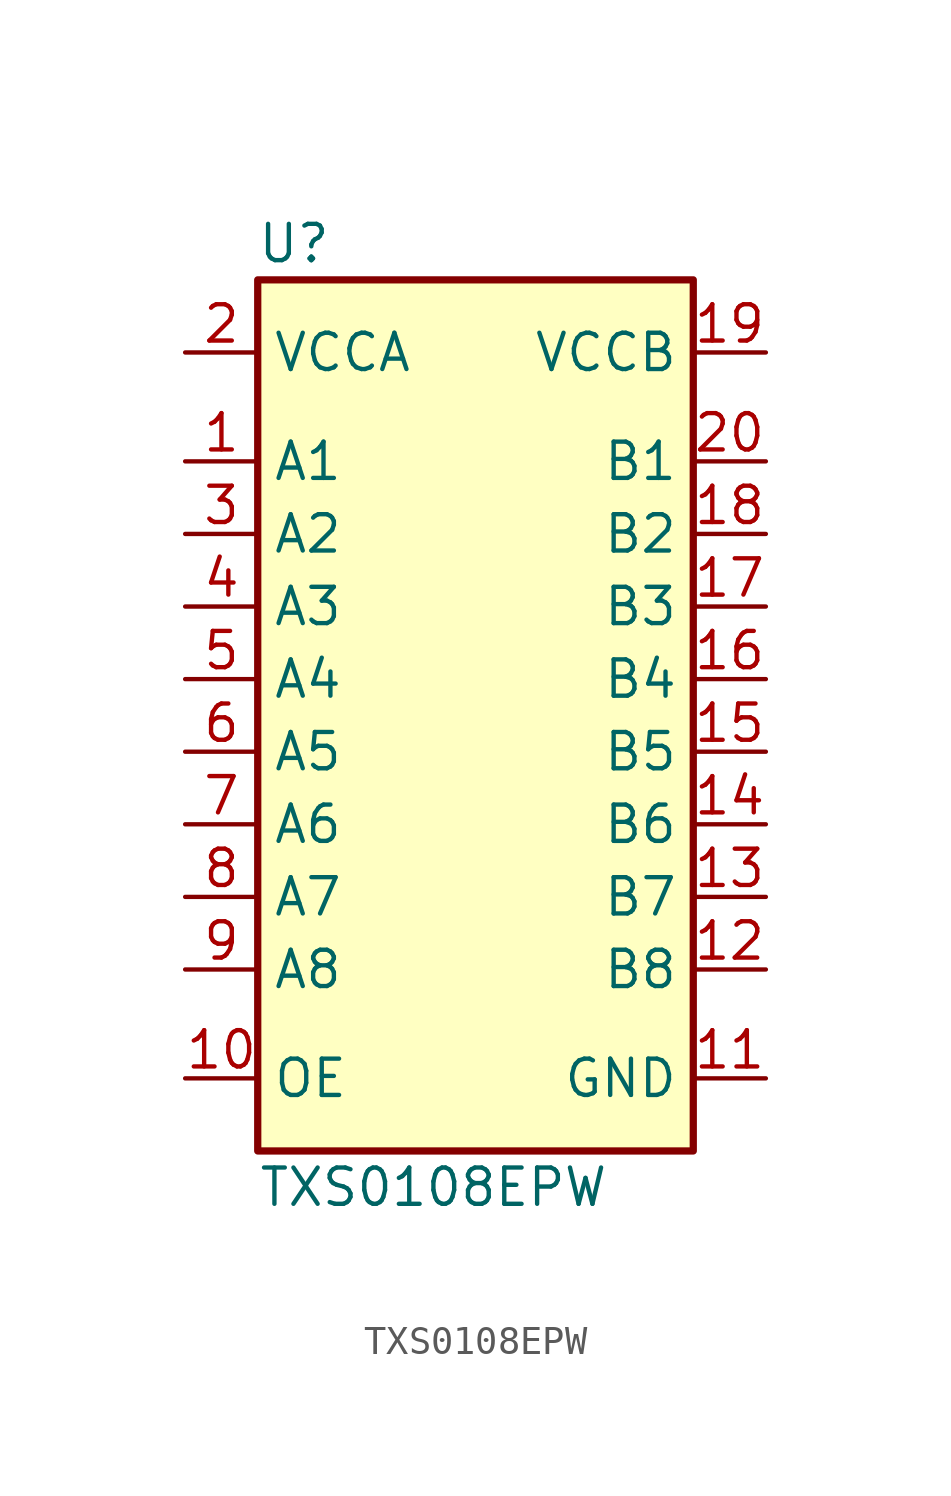
<source format=kicad_sym>
(kicad_symbol_lib
  (version 20220914)
  (generator kicad_symbol_editor)
  (symbol "TXS0108EPW"
    (property "Reference" "U"
      (at -6.35 16.51 0)
      (effects (font (size 1.27 1.27))))
    (property "Value" "TXS0108EPW"
      (at -7.62 -16.51 0)
      (effects (font (size 1.27 1.27)) (justify left)))
    (symbol "TXS0108EPW_0_1"
      (rectangle (start -7.62 15.24) (end 7.62 -15.24) (stroke (width 0.254) (type default)) (fill (type background))))
    (symbol "TXS0108EPW_1_1"
      (pin bidirectional line (at -10.16 8.89 0) (length 2.54) (name "A1" (effects (font (size 1.27 1.27)))) (number "1" (effects (font (size 1.27 1.27)))))
      (pin input line (at -10.16 -12.7 0) (length 2.54) (name "OE" (effects (font (size 1.27 1.27)))) (number "10" (effects (font (size 1.27 1.27)))))
      (pin power_in line (at 10.16 -12.7 180) (length 2.54) (name "GND" (effects (font (size 1.27 1.27)))) (number "11" (effects (font (size 1.27 1.27)))))
      (pin bidirectional line (at 10.16 -8.89 180) (length 2.54) (name "B8" (effects (font (size 1.27 1.27)))) (number "12" (effects (font (size 1.27 1.27)))))
      (pin bidirectional line (at 10.16 -6.35 180) (length 2.54) (name "B7" (effects (font (size 1.27 1.27)))) (number "13" (effects (font (size 1.27 1.27)))))
      (pin bidirectional line (at 10.16 -3.81 180) (length 2.54) (name "B6" (effects (font (size 1.27 1.27)))) (number "14" (effects (font (size 1.27 1.27)))))
      (pin bidirectional line (at 10.16 -1.27 180) (length 2.54) (name "B5" (effects (font (size 1.27 1.27)))) (number "15" (effects (font (size 1.27 1.27)))))
      (pin bidirectional line (at 10.16 1.27 180) (length 2.54) (name "B4" (effects (font (size 1.27 1.27)))) (number "16" (effects (font (size 1.27 1.27)))))
      (pin bidirectional line (at 10.16 3.81 180) (length 2.54) (name "B3" (effects (font (size 1.27 1.27)))) (number "17" (effects (font (size 1.27 1.27)))))
      (pin bidirectional line (at 10.16 6.35 180) (length 2.54) (name "B2" (effects (font (size 1.27 1.27)))) (number "18" (effects (font (size 1.27 1.27)))))
      (pin power_in line (at 10.16 12.7 180) (length 2.54) (name "VCCB" (effects (font (size 1.27 1.27)))) (number "19" (effects (font (size 1.27 1.27)))))
      (pin power_in line (at -10.16 12.7 0) (length 2.54) (name "VCCA" (effects (font (size 1.27 1.27)))) (number "2" (effects (font (size 1.27 1.27)))))
      (pin bidirectional line (at 10.16 8.89 180) (length 2.54) (name "B1" (effects (font (size 1.27 1.27)))) (number "20" (effects (font (size 1.27 1.27)))))
      (pin bidirectional line (at -10.16 6.35 0) (length 2.54) (name "A2" (effects (font (size 1.27 1.27)))) (number "3" (effects (font (size 1.27 1.27)))))
      (pin bidirectional line (at -10.16 3.81 0) (length 2.54) (name "A3" (effects (font (size 1.27 1.27)))) (number "4" (effects (font (size 1.27 1.27)))))
      (pin bidirectional line (at -10.16 1.27 0) (length 2.54) (name "A4" (effects (font (size 1.27 1.27)))) (number "5" (effects (font (size 1.27 1.27)))))
      (pin bidirectional line (at -10.16 -1.27 0) (length 2.54) (name "A5" (effects (font (size 1.27 1.27)))) (number "6" (effects (font (size 1.27 1.27)))))
      (pin bidirectional line (at -10.16 -3.81 0) (length 2.54) (name "A6" (effects (font (size 1.27 1.27)))) (number "7" (effects (font (size 1.27 1.27)))))
      (pin bidirectional line (at -10.16 -6.35 0) (length 2.54) (name "A7" (effects (font (size 1.27 1.27)))) (number "8" (effects (font (size 1.27 1.27)))))
      (pin bidirectional line (at -10.16 -8.89 0) (length 2.54) (name "A8" (effects (font (size 1.27 1.27)))) (number "9" (effects (font (size 1.27 1.27))))))))
</source>
